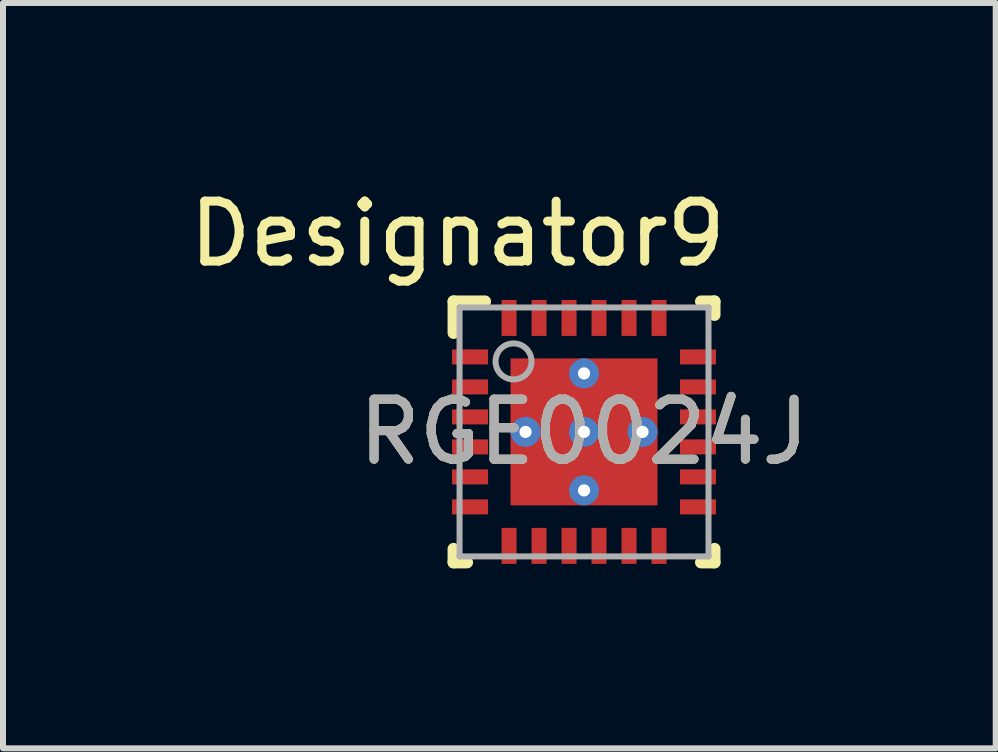
<source format=kicad_pcb>
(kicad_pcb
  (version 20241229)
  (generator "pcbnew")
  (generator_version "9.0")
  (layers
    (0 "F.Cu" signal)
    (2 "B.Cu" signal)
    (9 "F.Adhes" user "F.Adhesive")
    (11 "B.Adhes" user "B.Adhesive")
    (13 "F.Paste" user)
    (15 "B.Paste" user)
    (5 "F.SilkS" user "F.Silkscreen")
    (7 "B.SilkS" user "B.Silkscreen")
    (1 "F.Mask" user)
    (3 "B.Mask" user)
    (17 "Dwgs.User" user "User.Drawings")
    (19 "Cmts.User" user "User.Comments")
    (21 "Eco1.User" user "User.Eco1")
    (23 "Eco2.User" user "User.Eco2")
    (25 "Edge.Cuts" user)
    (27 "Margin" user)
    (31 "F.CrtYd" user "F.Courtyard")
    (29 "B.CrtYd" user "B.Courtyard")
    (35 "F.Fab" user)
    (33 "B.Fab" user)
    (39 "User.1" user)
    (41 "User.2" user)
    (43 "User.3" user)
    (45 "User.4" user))
  (footprint "RGE0024J"
    (layer "F.Cu")
    (at 6.686 4.15)
    (property "Reference" "RGE0024J" (at 0 0 0) (unlocked yes) (layer "F.SilkS") (effects (font (size 1 1) (thickness 0.15))))
    (attr smd)
    (fp_line (start -2.175 -2.175) (end -1.65 -2.175) (stroke (width 0.2) (type solid)) (layer "F.SilkS"))
    (fp_line (start -2.175 -1.65) (end -2.175 -2.175) (stroke (width 0.2) (type solid)) (layer "F.SilkS"))
    (fp_line (start -2.175 2.175) (end -2.175 1.95) (stroke (width 0.2) (type solid)) (layer "F.SilkS"))
    (fp_line (start -2.175 2.175) (end -1.95 2.175) (stroke (width 0.2) (type solid)) (layer "F.SilkS"))
    (fp_line (start 1.95 -2.175) (end 2.175 -2.175) (stroke (width 0.2) (type solid)) (layer "F.SilkS"))
    (fp_line (start 1.95 2.175) (end 2.175 2.175) (stroke (width 0.2) (type solid)) (layer "F.SilkS"))
    (fp_line (start 2.175 -1.95) (end 2.175 -2.175) (stroke (width 0.2) (type solid)) (layer "F.SilkS"))
    (fp_line (start 2.175 2.175) (end 2.175 1.95) (stroke (width 0.2) (type solid)) (layer "F.SilkS"))
    (fp_poly (pts (xy -1.18 -0.149) (xy -1.18 -1.131) (xy -1.179 -1.141) (xy -1.176 -1.15) (xy -1.172 -1.158) (xy -1.166 -1.166) (xy -1.158 -1.172) (xy -1.15 -1.176) (xy -1.141 -1.179) (xy -1.131 -1.18) (xy -0.149 -1.18) (xy -0.139 -1.179) (xy -0.13 -1.176) (xy -0.122 -1.172) (xy -0.114 -1.166) (xy -0.108 -1.158) (xy -0.104 -1.15) (xy -0.101 -1.141) (xy -0.1 -1.131) (xy -0.1 -0.149) (xy -0.101 -0.139) (xy -0.104 -0.13) (xy -0.108 -0.122) (xy -0.114 -0.114) (xy -0.122 -0.108) (xy -0.13 -0.104) (xy -0.139 -0.101) (xy -0.149 -0.1) (xy -1.131 -0.1) (xy -1.141 -0.101) (xy -1.15 -0.104) (xy -1.158 -0.108) (xy -1.166 -0.114) (xy -1.172 -0.122) (xy -1.176 -0.13) (xy -1.179 -0.139)) (stroke (width 0) (type solid)) (fill yes) (layer "F.Paste"))
    (fp_poly (pts (xy -1.18 1.131) (xy -1.18 0.149) (xy -1.179 0.139) (xy -1.176 0.13) (xy -1.172 0.122) (xy -1.166 0.114) (xy -1.158 0.108) (xy -1.15 0.104) (xy -1.141 0.101) (xy -1.131 0.1) (xy -0.149 0.1) (xy -0.139 0.101) (xy -0.13 0.104) (xy -0.122 0.108) (xy -0.114 0.114) (xy -0.108 0.122) (xy -0.104 0.13) (xy -0.101 0.139) (xy -0.1 0.149) (xy -0.1 1.131) (xy -0.101 1.141) (xy -0.104 1.15) (xy -0.108 1.158) (xy -0.114 1.166) (xy -0.122 1.172) (xy -0.13 1.176) (xy -0.139 1.179) (xy -0.149 1.18) (xy -1.131 1.18) (xy -1.141 1.179) (xy -1.15 1.176) (xy -1.158 1.172) (xy -1.166 1.166) (xy -1.172 1.158) (xy -1.176 1.15) (xy -1.179 1.141)) (stroke (width 0) (type solid)) (fill yes) (layer "F.Paste"))
    (fp_poly (pts (xy 0.1 -0.149) (xy 0.1 -1.131) (xy 0.101 -1.141) (xy 0.104 -1.15) (xy 0.108 -1.158) (xy 0.114 -1.166) (xy 0.122 -1.172) (xy 0.13 -1.176) (xy 0.139 -1.179) (xy 0.149 -1.18) (xy 1.131 -1.18) (xy 1.141 -1.179) (xy 1.15 -1.176) (xy 1.158 -1.172) (xy 1.166 -1.166) (xy 1.172 -1.158) (xy 1.176 -1.15) (xy 1.179 -1.141) (xy 1.18 -1.131) (xy 1.18 -0.149) (xy 1.179 -0.139) (xy 1.176 -0.13) (xy 1.172 -0.122) (xy 1.166 -0.114) (xy 1.158 -0.108) (xy 1.15 -0.104) (xy 1.141 -0.101) (xy 1.131 -0.1) (xy 0.149 -0.1) (xy 0.139 -0.101) (xy 0.13 -0.104) (xy 0.122 -0.108) (xy 0.114 -0.114) (xy 0.108 -0.122) (xy 0.104 -0.13) (xy 0.101 -0.139)) (stroke (width 0) (type solid)) (fill yes) (layer "F.Paste"))
    (fp_poly (pts (xy 0.1 1.131) (xy 0.1 0.149) (xy 0.101 0.139) (xy 0.104 0.13) (xy 0.108 0.122) (xy 0.114 0.114) (xy 0.122 0.108) (xy 0.13 0.104) (xy 0.139 0.101) (xy 0.149 0.1) (xy 1.131 0.1) (xy 1.141 0.101) (xy 1.15 0.104) (xy 1.158 0.108) (xy 1.166 0.114) (xy 1.172 0.122) (xy 1.176 0.13) (xy 1.179 0.139) (xy 1.18 0.149) (xy 1.18 1.131) (xy 1.179 1.141) (xy 1.176 1.15) (xy 1.172 1.158) (xy 1.166 1.166) (xy 1.158 1.172) (xy 1.15 1.176) (xy 1.141 1.179) (xy 1.131 1.18) (xy 0.149 1.18) (xy 0.139 1.179) (xy 0.13 1.176) (xy 0.122 1.172) (xy 0.114 1.166) (xy 0.108 1.158) (xy 0.104 1.15) (xy 0.101 1.141)) (stroke (width 0) (type solid)) (fill yes) (layer "F.Paste"))
    (fp_line (start -2.075 -2.075) (end 2.075 -2.075) (stroke (width 0.1) (type solid)) (layer "F.Fab"))
    (fp_line (start -2.075 2.075) (end -2.075 -2.075) (stroke (width 0.1) (type solid)) (layer "F.Fab"))
    (fp_line (start -2.075 2.075) (end 2.075 2.075) (stroke (width 0.1) (type solid)) (layer "F.Fab"))
    (fp_line (start 2.075 2.075) (end 2.075 -2.075) (stroke (width 0.1) (type solid)) (layer "F.Fab"))
    (fp_circle (center -1.175 -1.175) (end -0.875 -1.175) (stroke (width 0.1) (type solid)) (fill no) (layer "F.Fab"))
    (fp_text user "Designator9" (at -2.108 -3.302 0) (unlocked yes) (layer "F.SilkS") (effects (font (size 1 1) (thickness 0.15))))
    (fp_text user "${REFERENCE}" (at 0 0 0) (unlocked yes) (layer "F.Fab") (effects (font (size 1 1) (thickness 0.15))))
    (pad "1" smd rect (at -1.9 -1.25 90) (size 0.25 0.6) (layers "F.Cu" "F.Mask" "F.Paste"))
    (pad "2" smd rect (at -1.9 -0.75 90) (size 0.25 0.6) (layers "F.Cu" "F.Mask" "F.Paste"))
    (pad "3" smd rect (at -1.9 -0.25 90) (size 0.25 0.6) (layers "F.Cu" "F.Mask" "F.Paste"))
    (pad "4" smd rect (at -1.9 0.25 90) (size 0.25 0.6) (layers "F.Cu" "F.Mask" "F.Paste"))
    (pad "5" smd rect (at -1.9 0.75 90) (size 0.25 0.6) (layers "F.Cu" "F.Mask" "F.Paste"))
    (pad "6" smd rect (at -1.9 1.25 90) (size 0.25 0.6) (layers "F.Cu" "F.Mask" "F.Paste"))
    (pad "7" smd rect (at -1.25 1.9) (size 0.25 0.6) (layers "F.Cu" "F.Mask" "F.Paste"))
    (pad "8" smd rect (at -0.75 1.9) (size 0.25 0.6) (layers "F.Cu" "F.Mask" "F.Paste"))
    (pad "9" smd rect (at -0.25 1.9) (size 0.25 0.6) (layers "F.Cu" "F.Mask" "F.Paste"))
    (pad "10" smd rect (at 0.25 1.9) (size 0.25 0.6) (layers "F.Cu" "F.Mask" "F.Paste"))
    (pad "11" smd rect (at 0.75 1.9) (size 0.25 0.6) (layers "F.Cu" "F.Mask" "F.Paste"))
    (pad "12" smd rect (at 1.25 1.9) (size 0.25 0.6) (layers "F.Cu" "F.Mask" "F.Paste"))
    (pad "13" smd rect (at 1.9 1.25 90) (size 0.25 0.6) (layers "F.Cu" "F.Mask" "F.Paste"))
    (pad "14" smd rect (at 1.9 0.75 90) (size 0.25 0.6) (layers "F.Cu" "F.Mask" "F.Paste"))
    (pad "15" smd rect (at 1.9 0.25 90) (size 0.25 0.6) (layers "F.Cu" "F.Mask" "F.Paste"))
    (pad "16" smd rect (at 1.9 -0.25 90) (size 0.25 0.6) (layers "F.Cu" "F.Mask" "F.Paste"))
    (pad "17" smd rect (at 1.9 -0.75 90) (size 0.25 0.6) (layers "F.Cu" "F.Mask" "F.Paste"))
    (pad "18" smd rect (at 1.9 -1.25 90) (size 0.25 0.6) (layers "F.Cu" "F.Mask" "F.Paste"))
    (pad "19" smd rect (at 1.25 -1.9) (size 0.25 0.6) (layers "F.Cu" "F.Mask" "F.Paste"))
    (pad "20" smd rect (at 0.75 -1.9) (size 0.25 0.6) (layers "F.Cu" "F.Mask" "F.Paste"))
    (pad "21" smd rect (at 0.25 -1.9) (size 0.25 0.6) (layers "F.Cu" "F.Mask" "F.Paste"))
    (pad "22" smd rect (at -0.25 -1.9) (size 0.25 0.6) (layers "F.Cu" "F.Mask" "F.Paste"))
    (pad "23" smd rect (at -0.75 -1.9) (size 0.25 0.6) (layers "F.Cu" "F.Mask" "F.Paste"))
    (pad "24" smd rect (at -1.25 -1.9) (size 0.25 0.6) (layers "F.Cu" "F.Mask" "F.Paste"))
    (pad "25" smd rect (at 0 0) (size 2.45 2.45) (layers "F.Cu" "F.Mask"))
    (pad "V" thru_hole circle (at -0.975 0) (size 0.5 0.5) (drill 0.203) (layers "*.Cu" "*.Mask"))
    (pad "V" thru_hole circle (at 0 -0.975) (size 0.5 0.5) (drill 0.203) (layers "*.Cu" "*.Mask"))
    (pad "V" thru_hole circle (at 0 0) (size 0.5 0.5) (drill 0.203) (layers "*.Cu" "*.Mask"))
    (pad "V" thru_hole circle (at 0 0.975) (size 0.5 0.5) (drill 0.203) (layers "*.Cu" "*.Mask"))
    (pad "V" thru_hole circle (at 0.975 0) (size 0.5 0.5) (drill 0.203) (layers "*.Cu" "*.Mask")))
  (gr_rect
    (start -3 -3)
    (end 13.549 9.425)
    (stroke (width 0.1) (type default))
    (fill no)
    (layer "Edge.Cuts")))
</source>
